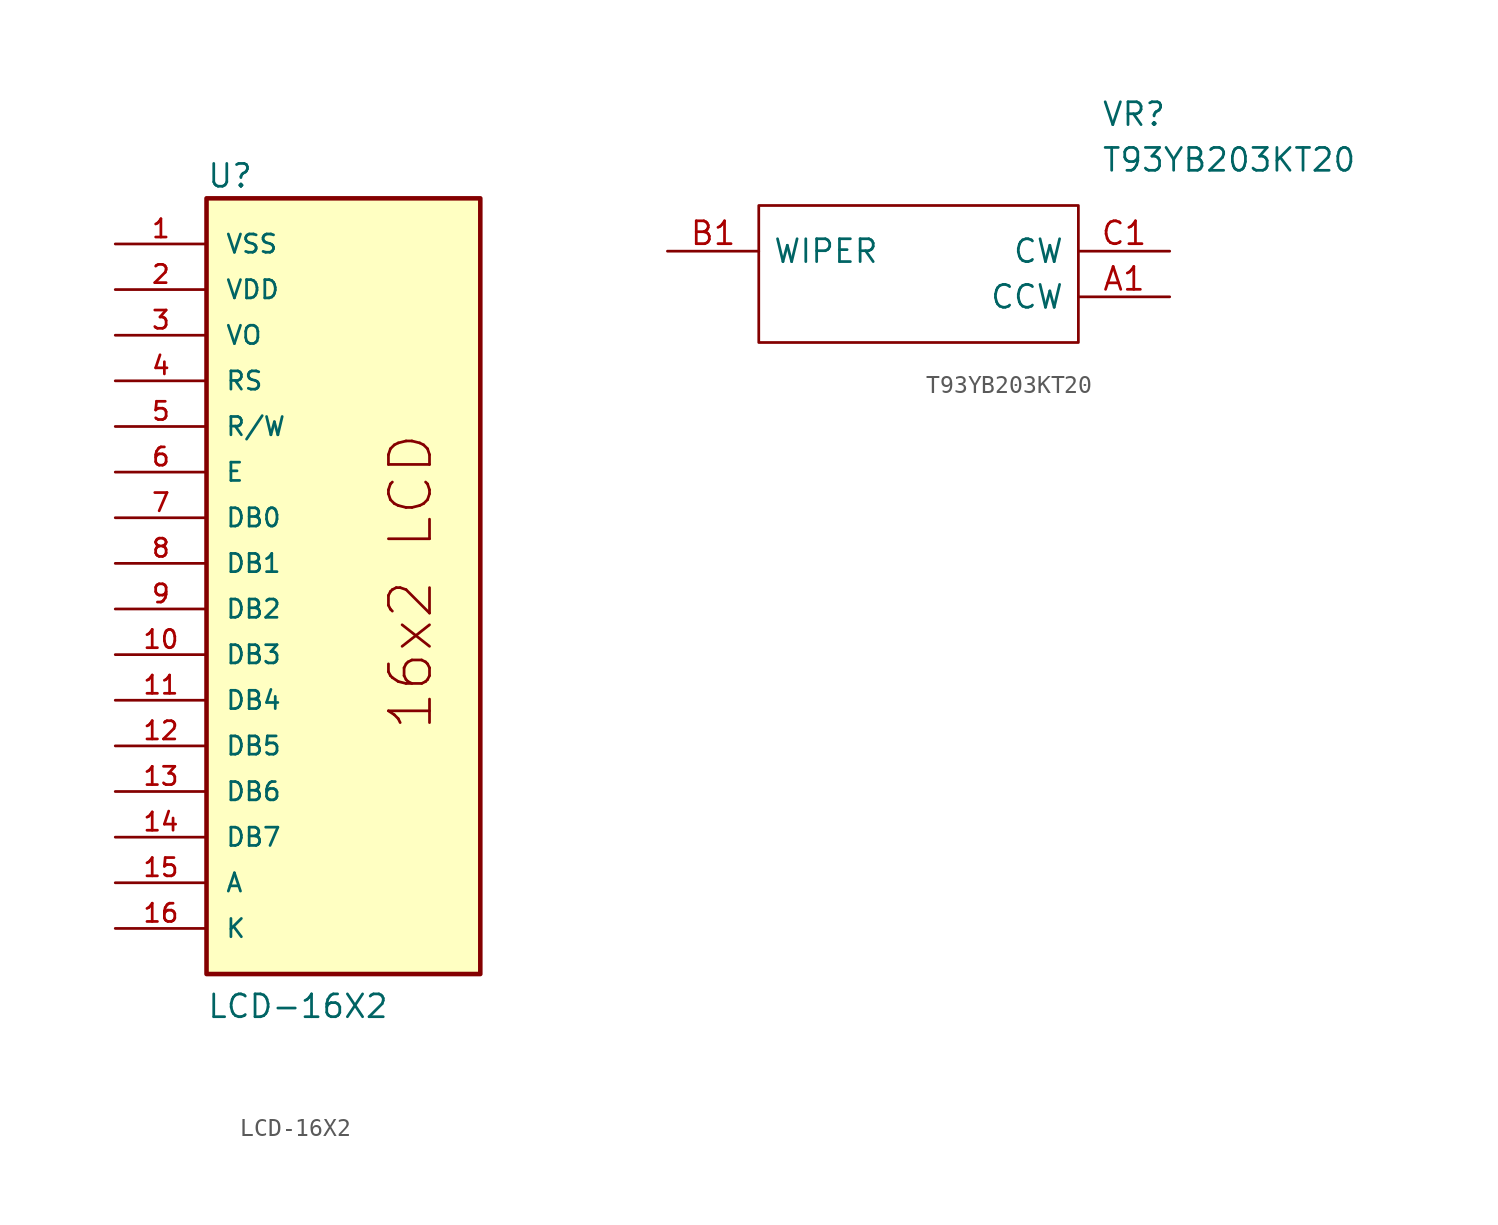
<source format=kicad_sym>
(kicad_symbol_lib
  (version 20231120)
  (generator "kicad_symbol_editor")
  (generator_version "8.0")
  (symbol "LCD-16X2"
    (pin_names
      (offset 1.016))
    (property "Reference" "U"
      (at -7.62 23.368 0)
      (effects (font (size 1.27 1.27)) (justify left bottom)))
    (property "Value" "LCD-16X2"
      (at -7.62 -22.86 0)
      (effects (font (size 1.27 1.27)) (justify left bottom)))
    (symbol "LCD-16X2_0_0"
      (rectangle (start -7.62 -20.32) (end 7.62 22.86) (stroke (width 0.254) (type default)) (fill (type background)))
      (text "16x2 LCD" (at 5.08 -6.858 900) (effects (font (size 2.286 2.286)) (justify left bottom)))
      (pin power_in line (at -12.7 20.32 0) (length 5.08) (name "VSS" (effects (font (size 1.016 1.016)))) (number "1" (effects (font (size 1.016 1.016)))))
      (pin bidirectional line (at -12.7 -2.54 0) (length 5.08) (name "DB3" (effects (font (size 1.016 1.016)))) (number "10" (effects (font (size 1.016 1.016)))))
      (pin bidirectional line (at -12.7 -5.08 0) (length 5.08) (name "DB4" (effects (font (size 1.016 1.016)))) (number "11" (effects (font (size 1.016 1.016)))))
      (pin bidirectional line (at -12.7 -7.62 0) (length 5.08) (name "DB5" (effects (font (size 1.016 1.016)))) (number "12" (effects (font (size 1.016 1.016)))))
      (pin bidirectional line (at -12.7 -10.16 0) (length 5.08) (name "DB6" (effects (font (size 1.016 1.016)))) (number "13" (effects (font (size 1.016 1.016)))))
      (pin bidirectional line (at -12.7 -12.7 0) (length 5.08) (name "DB7" (effects (font (size 1.016 1.016)))) (number "14" (effects (font (size 1.016 1.016)))))
      (pin power_in line (at -12.7 -15.24 0) (length 5.08) (name "A" (effects (font (size 1.016 1.016)))) (number "15" (effects (font (size 1.016 1.016)))))
      (pin power_in line (at -12.7 -17.78 0) (length 5.08) (name "K" (effects (font (size 1.016 1.016)))) (number "16" (effects (font (size 1.016 1.016)))))
      (pin power_in line (at -12.7 17.78 0) (length 5.08) (name "VDD" (effects (font (size 1.016 1.016)))) (number "2" (effects (font (size 1.016 1.016)))))
      (pin bidirectional line (at -12.7 15.24 0) (length 5.08) (name "VO" (effects (font (size 1.016 1.016)))) (number "3" (effects (font (size 1.016 1.016)))))
      (pin input line (at -12.7 12.7 0) (length 5.08) (name "RS" (effects (font (size 1.016 1.016)))) (number "4" (effects (font (size 1.016 1.016)))))
      (pin input line (at -12.7 10.16 0) (length 5.08) (name "R/W" (effects (font (size 1.016 1.016)))) (number "5" (effects (font (size 1.016 1.016)))))
      (pin input line (at -12.7 7.62 0) (length 5.08) (name "E" (effects (font (size 1.016 1.016)))) (number "6" (effects (font (size 1.016 1.016)))))
      (pin bidirectional line (at -12.7 5.08 0) (length 5.08) (name "DB0" (effects (font (size 1.016 1.016)))) (number "7" (effects (font (size 1.016 1.016)))))
      (pin bidirectional line (at -12.7 2.54 0) (length 5.08) (name "DB1" (effects (font (size 1.016 1.016)))) (number "8" (effects (font (size 1.016 1.016)))))
      (pin bidirectional line (at -12.7 0 0) (length 5.08) (name "DB2" (effects (font (size 1.016 1.016)))) (number "9" (effects (font (size 1.016 1.016)))))))
  (symbol "T93YB203KT20"
    (pin_names
      (offset 0.762))
    (property "Reference" "VR"
      (at 24.13 7.62 0)
      (effects (font (size 1.27 1.27)) (justify left)))
    (property "Value" "T93YB203KT20"
      (at 24.13 5.08 0)
      (effects (font (size 1.27 1.27)) (justify left)))
    (symbol "T93YB203KT20_0_0"
      (pin passive line (at 27.94 -2.54 180) (length 5.08) (name "CCW" (effects (font (size 1.27 1.27)))) (number "A1" (effects (font (size 1.27 1.27)))))
      (pin passive line (at 0 0 0) (length 5.08) (name "WIPER" (effects (font (size 1.27 1.27)))) (number "B1" (effects (font (size 1.27 1.27)))))
      (pin passive line (at 27.94 0 180) (length 5.08) (name "CW" (effects (font (size 1.27 1.27)))) (number "C1" (effects (font (size 1.27 1.27))))))
    (symbol "T93YB203KT20_0_1"
      (polyline (pts (xy 5.08 2.54) (xy 22.86 2.54) (xy 22.86 -5.08) (xy 5.08 -5.08) (xy 5.08 2.54)) (stroke (width 0.152) (type solid)) (fill (type none))))))
</source>
